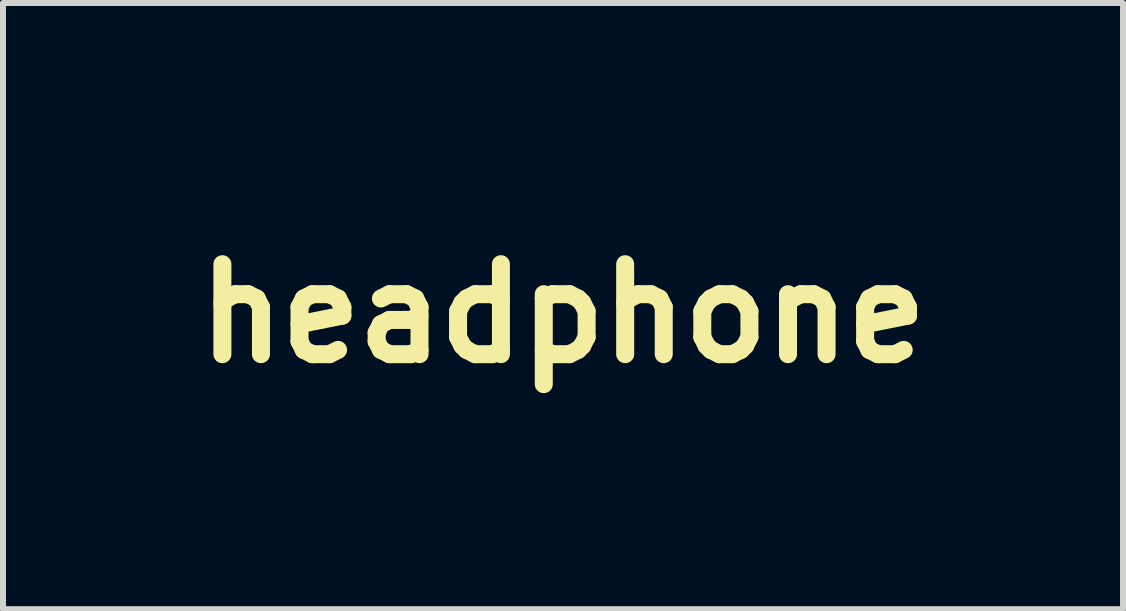
<source format=kicad_pcb>
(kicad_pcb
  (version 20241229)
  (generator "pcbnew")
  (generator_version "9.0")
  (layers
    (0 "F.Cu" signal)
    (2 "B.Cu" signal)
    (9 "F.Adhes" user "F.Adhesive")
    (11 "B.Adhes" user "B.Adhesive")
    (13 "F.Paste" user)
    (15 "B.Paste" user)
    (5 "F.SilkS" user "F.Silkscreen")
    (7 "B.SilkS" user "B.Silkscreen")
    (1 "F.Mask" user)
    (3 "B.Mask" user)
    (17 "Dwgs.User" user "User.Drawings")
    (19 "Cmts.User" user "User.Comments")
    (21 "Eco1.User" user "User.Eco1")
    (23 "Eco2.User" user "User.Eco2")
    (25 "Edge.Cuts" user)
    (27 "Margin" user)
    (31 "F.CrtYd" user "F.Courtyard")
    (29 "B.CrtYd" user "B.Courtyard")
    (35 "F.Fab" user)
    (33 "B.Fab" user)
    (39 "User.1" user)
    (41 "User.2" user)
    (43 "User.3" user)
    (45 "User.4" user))
  (footprint "headphone"
    (layer "F.Cu")
    (at 6.336 2.176)
    (property "Reference" "headphone" (at 0 0 0) (layer "F.SilkS") (effects (font (size 1.5 1.5) (thickness 0.3))))
    (attr board_only exclude_from_pos_files exclude_from_bom)
    (fp_poly (pts (xy -2.344 1.005) (xy -2.345 1.149) (xy -2.348 1.272) (xy -2.353 1.368) (xy -2.358 1.427) (xy -2.364 1.442) (xy -2.395 1.43) (xy -2.456 1.4) (xy -2.505 1.373) (xy -2.628 1.305) (xy -2.628 1.006) (xy -2.628 0.706) (xy -2.486 0.637) (xy -2.344 0.567)) (stroke (width 0) (type solid)) (fill yes) (layer "F.Mask"))
    (fp_poly (pts (xy 2.488 0.578) (xy 2.546 0.608) (xy 2.601 0.638) (xy 2.73 0.708) (xy 2.73 1.005) (xy 2.731 1.301) (xy 2.604 1.372) (xy 2.533 1.411) (xy 2.48 1.436) (xy 2.463 1.443) (xy 2.458 1.418) (xy 2.453 1.351) (xy 2.45 1.248) (xy 2.448 1.12) (xy 2.447 1.005) (xy 2.448 0.861) (xy 2.45 0.737) (xy 2.453 0.641) (xy 2.457 0.582) (xy 2.46 0.567)) (stroke (width 0) (type solid)) (fill yes) (layer "F.Mask"))
    (fp_poly (pts (xy 0.225 -2.176) (xy 0.357 -2.175) (xy 0.457 -2.171) (xy 0.537 -2.164) (xy 0.605 -2.152) (xy 0.671 -2.135) (xy 0.747 -2.111) (xy 0.799 -2.094) (xy 1.108 -1.963) (xy 1.39 -1.792) (xy 1.642 -1.583) (xy 1.859 -1.341) (xy 2.039 -1.07) (xy 2.177 -0.774) (xy 2.248 -0.547) (xy 2.263 -0.487) (xy 2.275 -0.431) (xy 2.284 -0.371) (xy 2.291 -0.302) (xy 2.297 -0.218) (xy 2.301 -0.114) (xy 2.303 0.017) (xy 2.305 0.181) (xy 2.305 0.384) (xy 2.305 0.631) (xy 2.305 0.684) (xy 2.305 0.94) (xy 2.305 1.15) (xy 2.303 1.318) (xy 2.301 1.45) (xy 2.298 1.551) (xy 2.293 1.625) (xy 2.287 1.679) (xy 2.279 1.716) (xy 2.269 1.743) (xy 2.26 1.759) (xy 2.216 1.819) (xy 2.167 1.862) (xy 2.106 1.891) (xy 2.021 1.908) (xy 1.906 1.917) (xy 1.749 1.919) (xy 1.727 1.919) (xy 1.561 1.917) (xy 1.438 1.908) (xy 1.349 1.89) (xy 1.285 1.86) (xy 1.238 1.816) (xy 1.199 1.753) (xy 1.197 1.749) (xy 1.183 1.697) (xy 1.172 1.601) (xy 1.164 1.472) (xy 1.159 1.318) (xy 1.156 1.148) (xy 1.155 0.971) (xy 1.157 0.795) (xy 1.162 0.629) (xy 1.169 0.483) (xy 1.179 0.365) (xy 1.19 0.283) (xy 1.2 0.254) (xy 1.262 0.177) (xy 1.359 0.122) (xy 1.495 0.09) (xy 1.675 0.078) (xy 1.694 0.078) (xy 1.932 0.077) (xy 1.932 -0.092) (xy 1.908 -0.348) (xy 1.838 -0.607) (xy 1.729 -0.858) (xy 1.583 -1.093) (xy 1.407 -1.302) (xy 1.278 -1.419) (xy 1.113 -1.536) (xy 0.924 -1.642) (xy 0.729 -1.728) (xy 0.548 -1.785) (xy 0.526 -1.79) (xy 0.385 -1.811) (xy 0.211 -1.823) (xy 0.022 -1.827) (xy -0.163 -1.821) (xy -0.327 -1.807) (xy -0.415 -1.792) (xy -0.652 -1.719) (xy -0.891 -1.605) (xy -1.116 -1.458) (xy -1.316 -1.287) (xy -1.416 -1.178) (xy -1.565 -0.964) (xy -1.685 -0.724) (xy -1.772 -0.472) (xy -1.821 -0.22) (xy -1.829 -0.073) (xy -1.829 0.103) (xy -1.556 0.103) (xy -1.402 0.107) (xy -1.29 0.12) (xy -1.209 0.147) (xy -1.149 0.19) (xy -1.102 0.253) (xy -1.098 0.259) (xy -1.085 0.287) (xy -1.075 0.326) (xy -1.068 0.383) (xy -1.062 0.463) (xy -1.059 0.574) (xy -1.057 0.72) (xy -1.056 0.909) (xy -1.056 1.011) (xy -1.056 1.216) (xy -1.057 1.377) (xy -1.059 1.498) (xy -1.062 1.588) (xy -1.068 1.653) (xy -1.076 1.699) (xy -1.087 1.732) (xy -1.102 1.76) (xy -1.115 1.78) (xy -1.165 1.839) (xy -1.23 1.881) (xy -1.317 1.908) (xy -1.437 1.924) (xy -1.597 1.93) (xy -1.636 1.931) (xy -1.776 1.929) (xy -1.877 1.922) (xy -1.95 1.909) (xy -2.006 1.888) (xy -2.007 1.887) (xy -2.083 1.836) (xy -2.146 1.773) (xy -2.149 1.769) (xy -2.164 1.747) (xy -2.175 1.722) (xy -2.185 1.687) (xy -2.192 1.637) (xy -2.197 1.566) (xy -2.201 1.47) (xy -2.205 1.341) (xy -2.207 1.175) (xy -2.209 0.966) (xy -2.211 0.842) (xy -2.213 0.545) (xy -2.212 0.293) (xy -2.207 0.081) (xy -2.2 -0.099) (xy -2.188 -0.252) (xy -2.171 -0.384) (xy -2.15 -0.502) (xy -2.123 -0.611) (xy -2.1 -0.688) (xy -1.979 -0.984) (xy -1.814 -1.259) (xy -1.61 -1.508) (xy -1.37 -1.726) (xy -1.099 -1.909) (xy -0.801 -2.054) (xy -0.686 -2.096) (xy -0.603 -2.123) (xy -0.533 -2.144) (xy -0.467 -2.158) (xy -0.394 -2.167) (xy -0.304 -2.172) (xy -0.186 -2.175) (xy -0.032 -2.176) (xy 0.052 -2.176)) (stroke (width 0) (type solid)) (fill yes) (layer "F.Mask")))
  (gr_rect
    (start -3 -3)
    (end 15.671 7.106)
    (stroke (width 0.1) (type default))
    (fill no)
    (layer "Edge.Cuts")))
</source>
